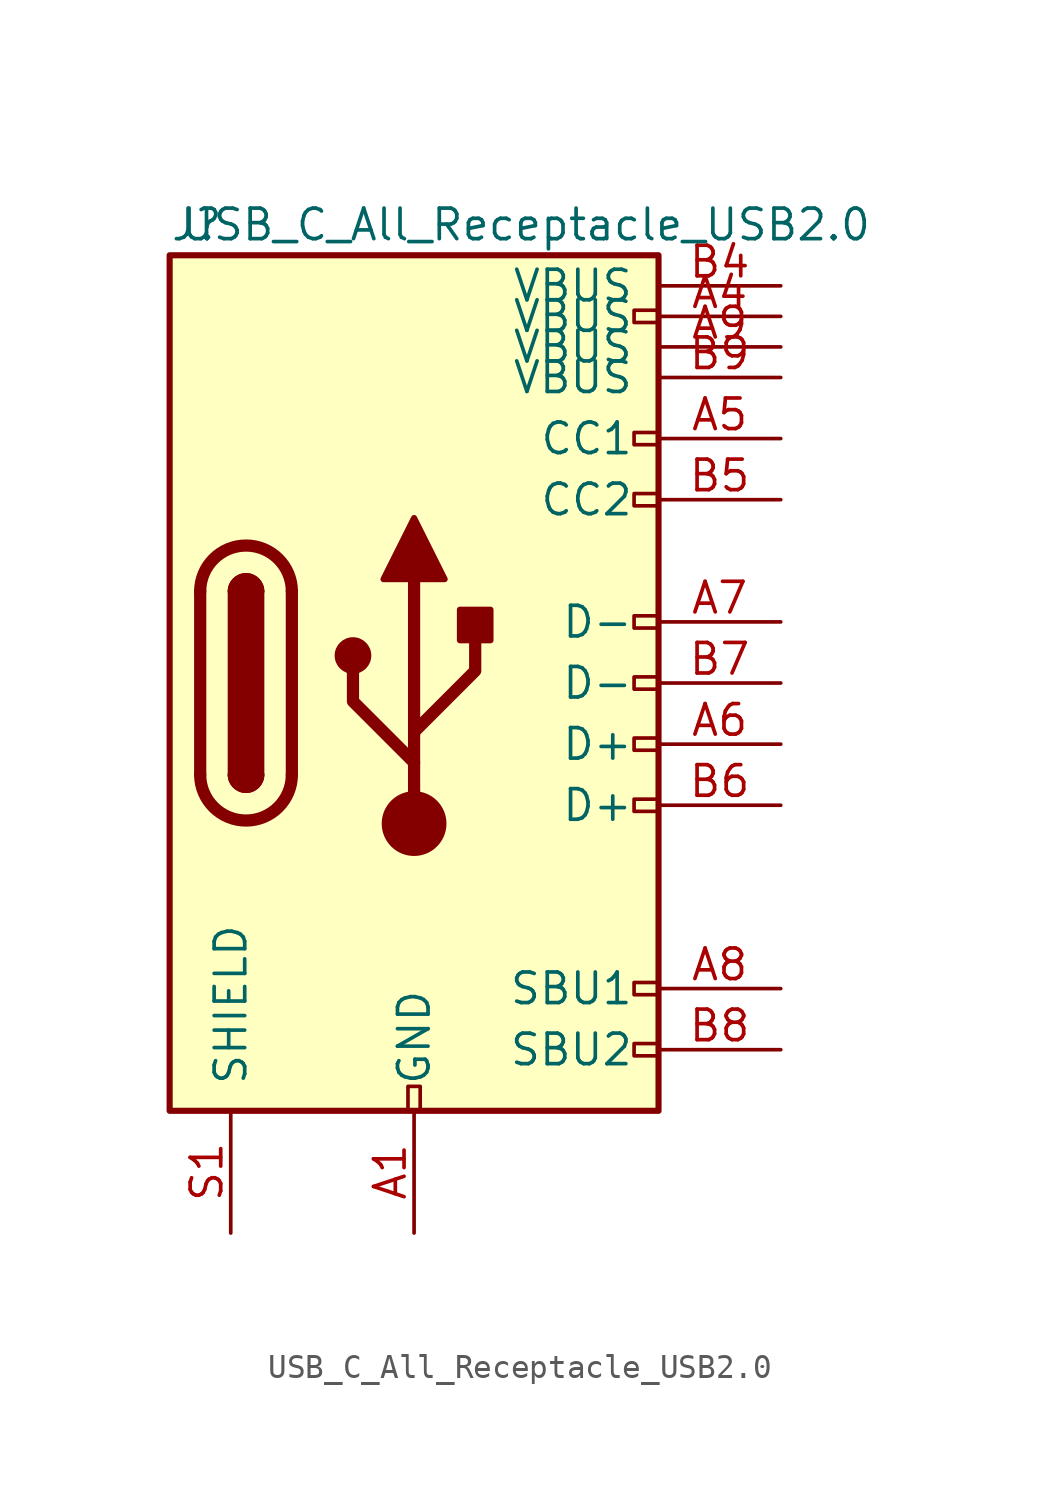
<source format=kicad_sym>
(kicad_symbol_lib
  (version 20211014)
  (generator kicad_symbol_editor)
  (symbol "USB_C_All_Receptacle_USB2.0"
    (pin_names
      (offset 1.016))
    (property "Reference" "J"
      (at -10.16 19.05 0)
      (effects (font (size 1.27 1.27)) (justify left)))
    (property "Value" "USB_C_All_Receptacle_USB2.0"
      (at 19.05 19.05 0)
      (effects (font (size 1.27 1.27)) (justify right)))
    (symbol "USB_C_All_Receptacle_USB2.0_0_0"
      (rectangle (start -0.254 -17.78) (end 0.254 -16.764) (stroke (width 0) (type default) (color 0 0 0 0)) (fill (type none)))
      (rectangle (start 10.16 -14.986) (end 9.144 -15.494) (stroke (width 0) (type default) (color 0 0 0 0)) (fill (type none)))
      (rectangle (start 10.16 -12.446) (end 9.144 -12.954) (stroke (width 0) (type default) (color 0 0 0 0)) (fill (type none)))
      (rectangle (start 10.16 -4.826) (end 9.144 -5.334) (stroke (width 0) (type default) (color 0 0 0 0)) (fill (type none)))
      (rectangle (start 10.16 -2.286) (end 9.144 -2.794) (stroke (width 0) (type default) (color 0 0 0 0)) (fill (type none)))
      (rectangle (start 10.16 0.254) (end 9.144 -0.254) (stroke (width 0) (type default) (color 0 0 0 0)) (fill (type none)))
      (rectangle (start 10.16 2.794) (end 9.144 2.286) (stroke (width 0) (type default) (color 0 0 0 0)) (fill (type none)))
      (rectangle (start 10.16 7.874) (end 9.144 7.366) (stroke (width 0) (type default) (color 0 0 0 0)) (fill (type none)))
      (rectangle (start 10.16 10.414) (end 9.144 9.906) (stroke (width 0) (type default) (color 0 0 0 0)) (fill (type none)))
      (rectangle (start 10.16 15.494) (end 9.144 14.986) (stroke (width 0) (type default) (color 0 0 0 0)) (fill (type none))))
    (symbol "USB_C_All_Receptacle_USB2.0_0_1"
      (rectangle (start -10.16 17.78) (end 10.16 -17.78) (stroke (width 0.254) (type default) (color 0 0 0 0)) (fill (type background)))
      (arc (start -8.89 -3.81) (mid -6.985 -5.715) (end -5.08 -3.81) (stroke (width 0.508) (type default) (color 0 0 0 0)) (fill (type none)))
      (arc (start -7.62 -3.81) (mid -6.985 -4.445) (end -6.35 -3.81) (stroke (width 0.254) (type default) (color 0 0 0 0)) (fill (type none)))
      (arc (start -7.62 -3.81) (mid -6.985 -4.445) (end -6.35 -3.81) (stroke (width 0.254) (type default) (color 0 0 0 0)) (fill (type outline)))
      (rectangle (start -7.62 -3.81) (end -6.35 3.81) (stroke (width 0.254) (type default) (color 0 0 0 0)) (fill (type outline)))
      (arc (start -6.35 3.81) (mid -6.985 4.445) (end -7.62 3.81) (stroke (width 0.254) (type default) (color 0 0 0 0)) (fill (type none)))
      (arc (start -6.35 3.81) (mid -6.985 4.445) (end -7.62 3.81) (stroke (width 0.254) (type default) (color 0 0 0 0)) (fill (type outline)))
      (arc (start -5.08 3.81) (mid -6.985 5.715) (end -8.89 3.81) (stroke (width 0.508) (type default) (color 0 0 0 0)) (fill (type none)))
      (circle (center -2.54 1.143) (radius 0.635) (stroke (width 0.254) (type default) (color 0 0 0 0)) (fill (type outline)))
      (circle (center 0 -5.842) (radius 1.27) (stroke (width 0) (type default) (color 0 0 0 0)) (fill (type outline)))
      (polyline (pts (xy -8.89 -3.81) (xy -8.89 3.81)) (stroke (width 0.508) (type default) (color 0 0 0 0)) (fill (type none)))
      (polyline (pts (xy -5.08 3.81) (xy -5.08 -3.81)) (stroke (width 0.508) (type default) (color 0 0 0 0)) (fill (type none)))
      (polyline (pts (xy 0 -5.842) (xy 0 4.318)) (stroke (width 0.508) (type default) (color 0 0 0 0)) (fill (type none)))
      (polyline (pts (xy 0 -3.302) (xy -2.54 -0.762) (xy -2.54 0.508)) (stroke (width 0.508) (type default) (color 0 0 0 0)) (fill (type none)))
      (polyline (pts (xy 0 -2.032) (xy 2.54 0.508) (xy 2.54 1.778)) (stroke (width 0.508) (type default) (color 0 0 0 0)) (fill (type none)))
      (polyline (pts (xy -1.27 4.318) (xy 0 6.858) (xy 1.27 4.318) (xy -1.27 4.318)) (stroke (width 0.254) (type default) (color 0 0 0 0)) (fill (type outline)))
      (rectangle (start 1.905 1.778) (end 3.175 3.048) (stroke (width 0.254) (type default) (color 0 0 0 0)) (fill (type outline))))
    (symbol "USB_C_All_Receptacle_USB2.0_1_1"
      (pin passive line (at 0 -22.86 90) (length 5.08) (name "GND" (effects (font (size 1.27 1.27)))) (number "A1" (effects (font (size 1.27 1.27)))))
      (pin passive line (at 0 -22.86 90) (length 5.08) hide (name "GND" (effects (font (size 1.27 1.27)))) (number "A12" (effects (font (size 1.27 1.27)))))
      (pin passive line (at 15.24 15.24 180) (length 5.08) (name "VBUS" (effects (font (size 1.27 1.27)))) (number "A4" (effects (font (size 1.27 1.27)))))
      (pin bidirectional line (at 15.24 10.16 180) (length 5.08) (name "CC1" (effects (font (size 1.27 1.27)))) (number "A5" (effects (font (size 1.27 1.27)))))
      (pin bidirectional line (at 15.24 -2.54 180) (length 5.08) (name "D+" (effects (font (size 1.27 1.27)))) (number "A6" (effects (font (size 1.27 1.27)))))
      (pin bidirectional line (at 15.24 2.54 180) (length 5.08) (name "D-" (effects (font (size 1.27 1.27)))) (number "A7" (effects (font (size 1.27 1.27)))))
      (pin bidirectional line (at 15.24 -12.7 180) (length 5.08) (name "SBU1" (effects (font (size 1.27 1.27)))) (number "A8" (effects (font (size 1.27 1.27)))))
      (pin passive line (at 15.24 13.97 180) (length 5.08) (name "VBUS" (effects (font (size 1.27 1.27)))) (number "A9" (effects (font (size 1.27 1.27)))))
      (pin passive line (at 0 -22.86 90) (length 5.08) hide (name "GND" (effects (font (size 1.27 1.27)))) (number "B1" (effects (font (size 1.27 1.27)))))
      (pin passive line (at 0 -22.86 90) (length 5.08) hide (name "GND" (effects (font (size 1.27 1.27)))) (number "B12" (effects (font (size 1.27 1.27)))))
      (pin passive line (at 15.24 16.51 180) (length 5.08) (name "VBUS" (effects (font (size 1.27 1.27)))) (number "B4" (effects (font (size 1.27 1.27)))))
      (pin bidirectional line (at 15.24 7.62 180) (length 5.08) (name "CC2" (effects (font (size 1.27 1.27)))) (number "B5" (effects (font (size 1.27 1.27)))))
      (pin bidirectional line (at 15.24 -5.08 180) (length 5.08) (name "D+" (effects (font (size 1.27 1.27)))) (number "B6" (effects (font (size 1.27 1.27)))))
      (pin bidirectional line (at 15.24 0 180) (length 5.08) (name "D-" (effects (font (size 1.27 1.27)))) (number "B7" (effects (font (size 1.27 1.27)))))
      (pin bidirectional line (at 15.24 -15.24 180) (length 5.08) (name "SBU2" (effects (font (size 1.27 1.27)))) (number "B8" (effects (font (size 1.27 1.27)))))
      (pin passive line (at 15.24 12.7 180) (length 5.08) (name "VBUS" (effects (font (size 1.27 1.27)))) (number "B9" (effects (font (size 1.27 1.27)))))
      (pin passive line (at -7.62 -22.86 90) (length 5.08) (name "SHIELD" (effects (font (size 1.27 1.27)))) (number "S1" (effects (font (size 1.27 1.27))))))))
</source>
